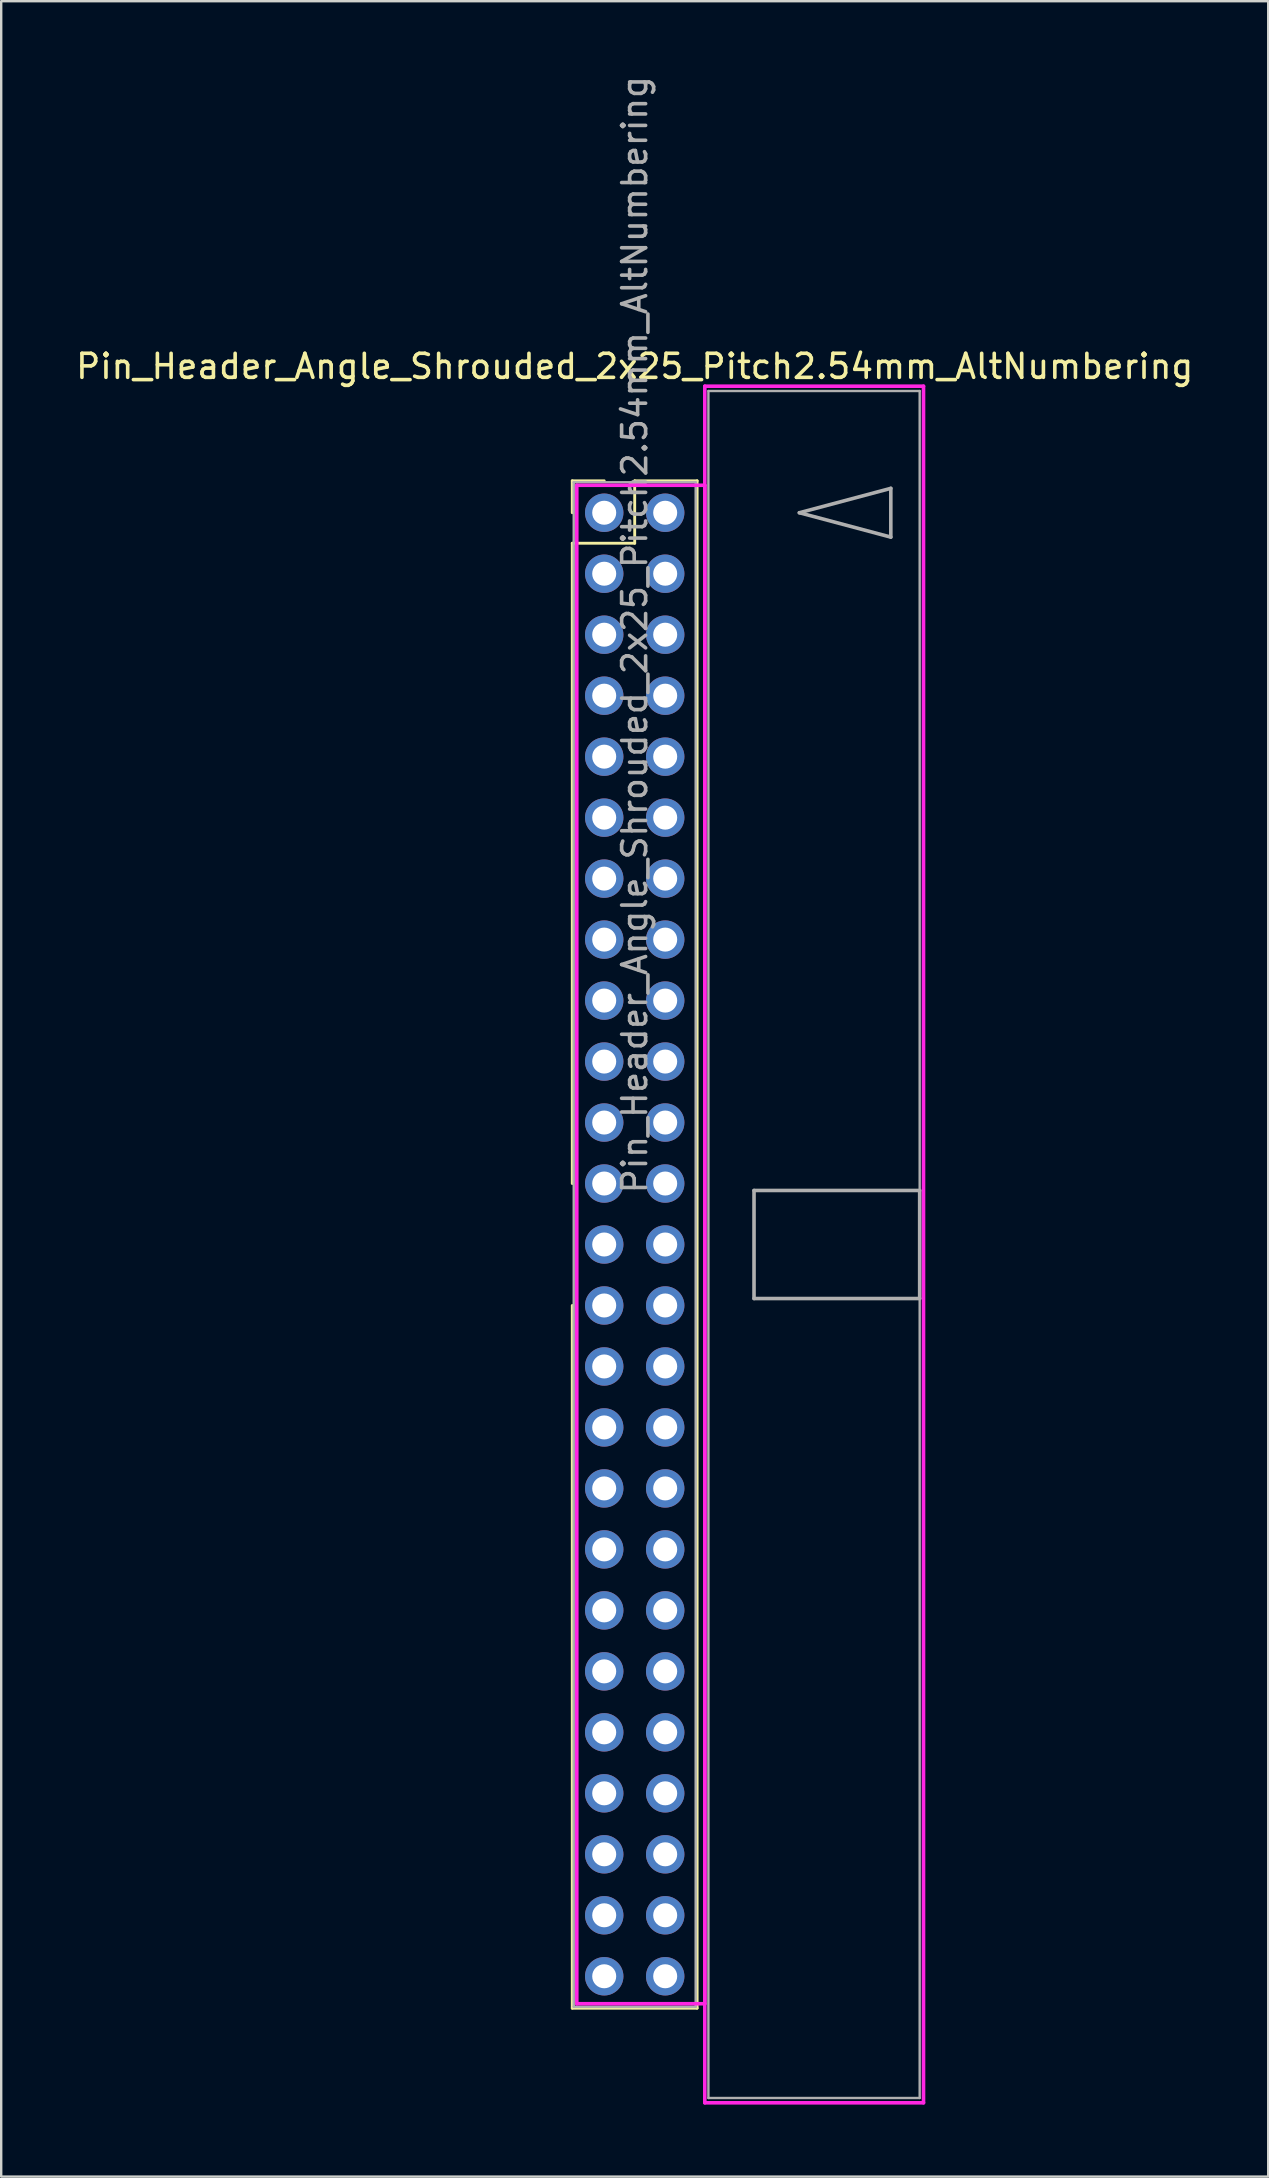
<source format=kicad_pcb>
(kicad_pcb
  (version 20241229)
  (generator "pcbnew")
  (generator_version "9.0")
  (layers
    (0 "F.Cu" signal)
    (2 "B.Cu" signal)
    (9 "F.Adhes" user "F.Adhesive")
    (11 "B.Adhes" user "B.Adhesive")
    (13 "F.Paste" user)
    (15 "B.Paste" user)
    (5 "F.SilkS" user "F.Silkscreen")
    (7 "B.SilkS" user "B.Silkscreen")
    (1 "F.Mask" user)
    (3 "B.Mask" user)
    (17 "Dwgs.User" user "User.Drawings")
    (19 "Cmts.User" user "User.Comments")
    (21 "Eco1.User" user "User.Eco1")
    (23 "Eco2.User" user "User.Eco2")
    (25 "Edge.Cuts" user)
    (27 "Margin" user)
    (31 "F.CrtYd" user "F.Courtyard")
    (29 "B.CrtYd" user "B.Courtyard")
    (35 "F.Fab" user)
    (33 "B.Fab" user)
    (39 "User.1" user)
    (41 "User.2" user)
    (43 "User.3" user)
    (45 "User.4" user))
  (footprint "Pin_Header_Angle_Shrouded_2x25_Pitch2.54mm_AltNumbering"
    (layer "F.Cu")
    (at 22.117 18.307)
    (property "Reference" "Pin_Header_Angle_Shrouded_2x25_Pitch2.54mm_AltNumbering" (at 1.27 -6.096 0) (layer "F.SilkS") (effects (font (size 1 1) (thickness 0.15))))
    (attr through_hole)
    (fp_line (start -1.33 -1.33) (end 0 -1.33) (stroke (width 0.12) (type solid)) (layer "F.SilkS"))
    (fp_line (start -1.33 0) (end -1.33 -1.33) (stroke (width 0.12) (type solid)) (layer "F.SilkS"))
    (fp_line (start -1.33 1.27) (end -1.33 27.94) (stroke (width 0.12) (type solid)) (layer "F.SilkS"))
    (fp_line (start -1.33 1.27) (end 1.27 1.27) (stroke (width 0.12) (type solid)) (layer "F.SilkS"))
    (fp_line (start -1.33 33.02) (end -1.33 62.29) (stroke (width 0.12) (type solid)) (layer "F.SilkS"))
    (fp_line (start -1.33 62.29) (end 3.87 62.29) (stroke (width 0.12) (type solid)) (layer "F.SilkS"))
    (fp_line (start 1.27 -1.33) (end 3.87 -1.33) (stroke (width 0.12) (type solid)) (layer "F.SilkS"))
    (fp_line (start 1.27 1.27) (end 1.27 -1.33) (stroke (width 0.12) (type solid)) (layer "F.SilkS"))
    (fp_line (start 3.87 -1.33) (end 3.87 62.29) (stroke (width 0.12) (type solid)) (layer "F.SilkS"))
    (fp_line (start -1.143 -1.143) (end -1.143 62.103) (stroke (width 0.15) (type solid)) (layer "F.CrtYd"))
    (fp_line (start -1.143 62.103) (end 4.19 62.103) (stroke (width 0.15) (type solid)) (layer "F.CrtYd"))
    (fp_line (start 4.19 -5.27) (end 4.19 66.23) (stroke (width 0.15) (type solid)) (layer "F.CrtYd"))
    (fp_line (start 4.19 -1.143) (end -1.143 -1.143) (stroke (width 0.15) (type solid)) (layer "F.CrtYd"))
    (fp_line (start 4.19 62.103) (end 4.19 -1.143) (stroke (width 0.15) (type solid)) (layer "F.CrtYd"))
    (fp_line (start 4.19 66.23) (end 13.3 66.23) (stroke (width 0.15) (type solid)) (layer "F.CrtYd"))
    (fp_line (start 13.3 -5.27) (end 4.19 -5.27) (stroke (width 0.15) (type solid)) (layer "F.CrtYd"))
    (fp_line (start 13.3 66.23) (end 13.3 -5.27) (stroke (width 0.15) (type solid)) (layer "F.CrtYd"))
    (fp_line (start -1.27 -1.27) (end -1.27 62.23) (stroke (width 0.1) (type solid)) (layer "F.Fab"))
    (fp_line (start -1.27 62.23) (end 3.81 62.23) (stroke (width 0.1) (type solid)) (layer "F.Fab"))
    (fp_line (start 3.81 -1.27) (end -1.27 -1.27) (stroke (width 0.1) (type solid)) (layer "F.Fab"))
    (fp_line (start 3.81 62.23) (end 3.81 -1.27) (stroke (width 0.1) (type solid)) (layer "F.Fab"))
    (fp_line (start 4.34 -5.07) (end 4.34 66.03) (stroke (width 0.1) (type solid)) (layer "F.Fab"))
    (fp_line (start 4.34 66.03) (end 13.14 66.03) (stroke (width 0.1) (type solid)) (layer "F.Fab"))
    (fp_line (start 6.24 28.23) (end 6.24 32.73) (stroke (width 0.15) (type solid)) (layer "F.Fab"))
    (fp_line (start 6.24 32.73) (end 13.14 32.73) (stroke (width 0.15) (type solid)) (layer "F.Fab"))
    (fp_line (start 8.128 0) (end 11.938 -1.016) (stroke (width 0.15) (type solid)) (layer "F.Fab"))
    (fp_line (start 11.938 -1.016) (end 11.938 1.016) (stroke (width 0.15) (type solid)) (layer "F.Fab"))
    (fp_line (start 11.938 1.016) (end 8.128 0) (stroke (width 0.15) (type solid)) (layer "F.Fab"))
    (fp_line (start 13.14 -5.07) (end 4.34 -5.07) (stroke (width 0.1) (type solid)) (layer "F.Fab"))
    (fp_line (start 13.14 28.23) (end 6.24 28.23) (stroke (width 0.15) (type solid)) (layer "F.Fab"))
    (fp_line (start 13.14 32.73) (end 13.14 28.23) (stroke (width 0.15) (type solid)) (layer "F.Fab"))
    (fp_line (start 13.14 66.03) (end 13.14 -5.07) (stroke (width 0.1) (type solid)) (layer "F.Fab"))
    (fp_text user "${REFERENCE}" (at 1.27 5.08 90) (layer "F.Fab") (effects (font (size 1 1) (thickness 0.15))))
    (pad "1" thru_hole oval (at 0 0) (size 1.6 1.6) (drill 1) (layers "*.Cu" "*.Mask"))
    (pad "2" thru_hole oval (at 0 2.54) (size 1.6 1.6) (drill 1) (layers "*.Cu" "*.Mask"))
    (pad "3" thru_hole oval (at 0 5.08) (size 1.6 1.6) (drill 1) (layers "*.Cu" "*.Mask"))
    (pad "4" thru_hole oval (at 0 7.62) (size 1.6 1.6) (drill 1) (layers "*.Cu" "*.Mask"))
    (pad "5" thru_hole oval (at 0 10.16) (size 1.6 1.6) (drill 1) (layers "*.Cu" "*.Mask"))
    (pad "6" thru_hole oval (at 0 12.7) (size 1.6 1.6) (drill 1) (layers "*.Cu" "*.Mask"))
    (pad "7" thru_hole oval (at 0 15.24) (size 1.6 1.6) (drill 1) (layers "*.Cu" "*.Mask"))
    (pad "8" thru_hole oval (at 0 17.78) (size 1.6 1.6) (drill 1) (layers "*.Cu" "*.Mask"))
    (pad "9" thru_hole oval (at 0 20.32) (size 1.6 1.6) (drill 1) (layers "*.Cu" "*.Mask"))
    (pad "10" thru_hole oval (at 0 22.86) (size 1.6 1.6) (drill 1) (layers "*.Cu" "*.Mask"))
    (pad "11" thru_hole oval (at 0 25.4) (size 1.6 1.6) (drill 1) (layers "*.Cu" "*.Mask"))
    (pad "12" thru_hole oval (at 0 27.94) (size 1.6 1.6) (drill 1) (layers "*.Cu" "*.Mask"))
    (pad "13" thru_hole oval (at 0 30.48) (size 1.6 1.6) (drill 1) (layers "*.Cu" "*.Mask"))
    (pad "14" thru_hole oval (at 0 33.02) (size 1.6 1.6) (drill 1) (layers "*.Cu" "*.Mask"))
    (pad "15" thru_hole oval (at 0 35.56) (size 1.6 1.6) (drill 1) (layers "*.Cu" "*.Mask"))
    (pad "16" thru_hole oval (at 0 38.1) (size 1.6 1.6) (drill 1) (layers "*.Cu" "*.Mask"))
    (pad "17" thru_hole oval (at 0 40.64) (size 1.6 1.6) (drill 1) (layers "*.Cu" "*.Mask"))
    (pad "18" thru_hole oval (at 0 43.18) (size 1.6 1.6) (drill 1) (layers "*.Cu" "*.Mask"))
    (pad "19" thru_hole oval (at 0 45.72) (size 1.6 1.6) (drill 1) (layers "*.Cu" "*.Mask"))
    (pad "20" thru_hole oval (at 0 48.26) (size 1.6 1.6) (drill 1) (layers "*.Cu" "*.Mask"))
    (pad "21" thru_hole oval (at 0 50.8) (size 1.6 1.6) (drill 1) (layers "*.Cu" "*.Mask"))
    (pad "22" thru_hole oval (at 0 53.34) (size 1.6 1.6) (drill 1) (layers "*.Cu" "*.Mask"))
    (pad "23" thru_hole oval (at 0 55.88) (size 1.6 1.6) (drill 1) (layers "*.Cu" "*.Mask"))
    (pad "24" thru_hole oval (at 0 58.42) (size 1.6 1.6) (drill 1) (layers "*.Cu" "*.Mask"))
    (pad "25" thru_hole oval (at 0 60.96) (size 1.6 1.6) (drill 1) (layers "*.Cu" "*.Mask"))
    (pad "26" thru_hole oval (at 2.54 0) (size 1.6 1.6) (drill 1) (layers "*.Cu" "*.Mask"))
    (pad "27" thru_hole oval (at 2.54 2.54) (size 1.6 1.6) (drill 1) (layers "*.Cu" "*.Mask"))
    (pad "28" thru_hole oval (at 2.54 5.08) (size 1.6 1.6) (drill 1) (layers "*.Cu" "*.Mask"))
    (pad "29" thru_hole oval (at 2.54 7.62) (size 1.6 1.6) (drill 1) (layers "*.Cu" "*.Mask"))
    (pad "30" thru_hole oval (at 2.54 10.16) (size 1.6 1.6) (drill 1) (layers "*.Cu" "*.Mask"))
    (pad "31" thru_hole oval (at 2.54 12.7) (size 1.6 1.6) (drill 1) (layers "*.Cu" "*.Mask"))
    (pad "32" thru_hole oval (at 2.54 15.24) (size 1.6 1.6) (drill 1) (layers "*.Cu" "*.Mask"))
    (pad "33" thru_hole oval (at 2.54 17.78) (size 1.6 1.6) (drill 1) (layers "*.Cu" "*.Mask"))
    (pad "34" thru_hole oval (at 2.54 20.32) (size 1.6 1.6) (drill 1) (layers "*.Cu" "*.Mask"))
    (pad "35" thru_hole oval (at 2.54 22.86) (size 1.6 1.6) (drill 1) (layers "*.Cu" "*.Mask"))
    (pad "36" thru_hole oval (at 2.54 25.4) (size 1.6 1.6) (drill 1) (layers "*.Cu" "*.Mask"))
    (pad "37" thru_hole oval (at 2.54 27.94) (size 1.6 1.6) (drill 1) (layers "*.Cu" "*.Mask"))
    (pad "38" thru_hole oval (at 2.54 30.48) (size 1.6 1.6) (drill 1) (layers "*.Cu" "*.Mask"))
    (pad "39" thru_hole oval (at 2.54 33.02) (size 1.6 1.6) (drill 1) (layers "*.Cu" "*.Mask"))
    (pad "40" thru_hole oval (at 2.54 35.56) (size 1.6 1.6) (drill 1) (layers "*.Cu" "*.Mask"))
    (pad "41" thru_hole oval (at 2.54 38.1) (size 1.6 1.6) (drill 1) (layers "*.Cu" "*.Mask"))
    (pad "42" thru_hole oval (at 2.54 40.64) (size 1.6 1.6) (drill 1) (layers "*.Cu" "*.Mask"))
    (pad "43" thru_hole oval (at 2.54 43.18) (size 1.6 1.6) (drill 1) (layers "*.Cu" "*.Mask"))
    (pad "44" thru_hole oval (at 2.54 45.72) (size 1.6 1.6) (drill 1) (layers "*.Cu" "*.Mask"))
    (pad "45" thru_hole oval (at 2.54 48.26) (size 1.6 1.6) (drill 1) (layers "*.Cu" "*.Mask"))
    (pad "46" thru_hole oval (at 2.54 50.8) (size 1.6 1.6) (drill 1) (layers "*.Cu" "*.Mask"))
    (pad "47" thru_hole oval (at 2.54 53.34) (size 1.6 1.6) (drill 1) (layers "*.Cu" "*.Mask"))
    (pad "48" thru_hole oval (at 2.54 55.88) (size 1.6 1.6) (drill 1) (layers "*.Cu" "*.Mask"))
    (pad "49" thru_hole oval (at 2.54 58.42) (size 1.6 1.6) (drill 1) (layers "*.Cu" "*.Mask"))
    (pad "50" thru_hole oval (at 2.54 60.96) (size 1.6 1.6) (drill 1) (layers "*.Cu" "*.Mask")))
  (gr_rect
    (start -3 -3)
    (end 49.774 87.612)
    (stroke (width 0.1) (type default))
    (fill no)
    (layer "Edge.Cuts")))
</source>
